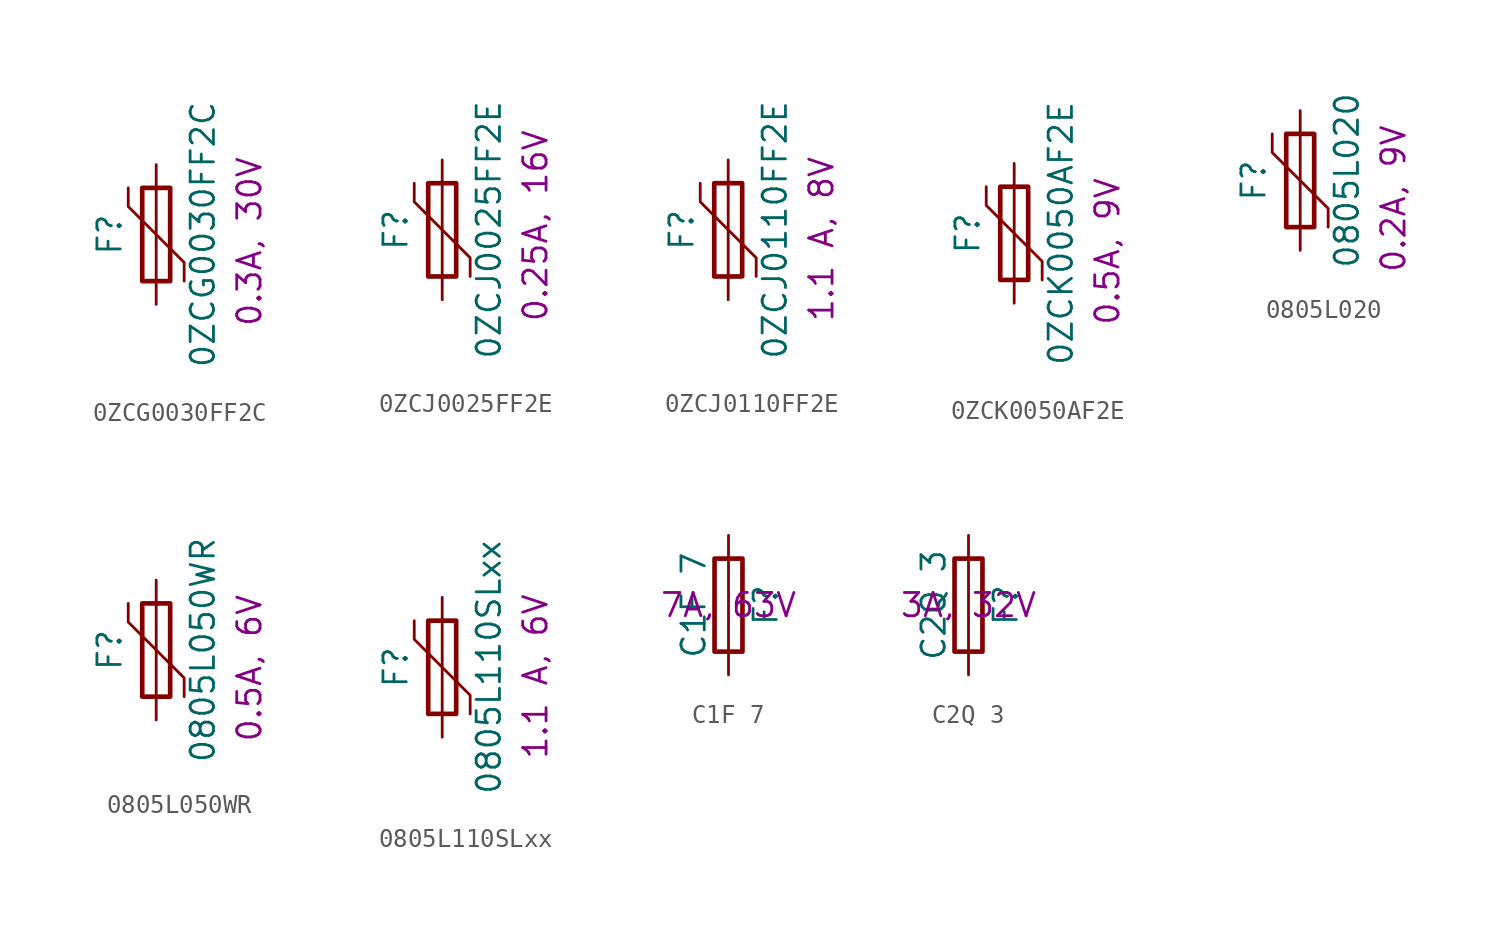
<source format=kicad_sym>
(kicad_symbol_lib
  (version 20241209)
  (generator "kicad_symbol_editor")
  (generator_version "9.0")
  (symbol "0ZCG0030FF2C"
    (pin_numbers
      (hide yes))
    (pin_names
      (offset 0))
    (property "Reference" "F"
      (at -2.54 0 90)
      (effects (font (size 1.27 1.27))))
    (property "Value" "0ZCG0030FF2C"
      (at 2.54 0 90)
      (effects (font (size 1.27 1.27))))
    (property "Info" "0.3A, 30V"
      (at 5.08 -5.08 90)
      (effects (font (size 1.27 1.27)) (justify left)))
    (symbol "0ZCG0030FF2C_1_1"
      (polyline (pts (xy -1.524 2.54) (xy -1.524 1.524) (xy 1.524 -1.524) (xy 1.524 -2.54)) (stroke (width 0) (type default)) (fill (type none)))
      (rectangle (start -0.762 2.54) (end 0.762 -2.54) (stroke (width 0.254) (type default)) (fill (type none)))
      (polyline (pts (xy 0 2.54) (xy 0 -2.54)) (stroke (width 0) (type default)) (fill (type none)))
      (pin passive line (at 0 3.81 270) (length 1.27) (name "~" (effects (font (size 1.27 1.27)))) (number "1" (effects (font (size 1.27 1.27)))))
      (pin passive line (at 0 -3.81 90) (length 1.27) (name "~" (effects (font (size 1.27 1.27)))) (number "2" (effects (font (size 1.27 1.27)))))))
  (symbol "0ZCJ0025FF2E"
    (pin_numbers
      (hide yes))
    (pin_names
      (offset 0))
    (property "Reference" "F"
      (at -2.54 0 90)
      (effects (font (size 1.27 1.27))))
    (property "Value" "0ZCJ0025FF2E"
      (at 2.54 0 90)
      (effects (font (size 1.27 1.27))))
    (property "Info" "0.25A, 16V"
      (at 5.08 -5.08 90)
      (effects (font (size 1.27 1.27)) (justify left)))
    (symbol "0ZCJ0025FF2E_1_1"
      (polyline (pts (xy -1.524 2.54) (xy -1.524 1.524) (xy 1.524 -1.524) (xy 1.524 -2.54)) (stroke (width 0) (type default)) (fill (type none)))
      (rectangle (start -0.762 2.54) (end 0.762 -2.54) (stroke (width 0.254) (type default)) (fill (type none)))
      (polyline (pts (xy 0 2.54) (xy 0 -2.54)) (stroke (width 0) (type default)) (fill (type none)))
      (pin passive line (at 0 3.81 270) (length 1.27) (name "~" (effects (font (size 1.27 1.27)))) (number "1" (effects (font (size 1.27 1.27)))))
      (pin passive line (at 0 -3.81 90) (length 1.27) (name "~" (effects (font (size 1.27 1.27)))) (number "2" (effects (font (size 1.27 1.27)))))))
  (symbol "0ZCJ0110FF2E"
    (pin_numbers
      (hide yes))
    (pin_names
      (offset 0))
    (property "Reference" "F"
      (at -2.54 0 90)
      (effects (font (size 1.27 1.27))))
    (property "Value" "0ZCJ0110FF2E"
      (at 2.54 0 90)
      (effects (font (size 1.27 1.27))))
    (property "Info" "1.1 A, 8V"
      (at 5.08 -5.08 90)
      (effects (font (size 1.27 1.27)) (justify left)))
    (symbol "0ZCJ0110FF2E_1_1"
      (polyline (pts (xy -1.524 2.54) (xy -1.524 1.524) (xy 1.524 -1.524) (xy 1.524 -2.54)) (stroke (width 0) (type default)) (fill (type none)))
      (rectangle (start -0.762 2.54) (end 0.762 -2.54) (stroke (width 0.254) (type default)) (fill (type none)))
      (polyline (pts (xy 0 2.54) (xy 0 -2.54)) (stroke (width 0) (type default)) (fill (type none)))
      (pin passive line (at 0 3.81 270) (length 1.27) (name "~" (effects (font (size 1.27 1.27)))) (number "1" (effects (font (size 1.27 1.27)))))
      (pin passive line (at 0 -3.81 90) (length 1.27) (name "~" (effects (font (size 1.27 1.27)))) (number "2" (effects (font (size 1.27 1.27)))))))
  (symbol "0ZCK0050AF2E"
    (pin_numbers
      (hide yes))
    (pin_names
      (offset 0))
    (property "Reference" "F"
      (at -2.54 0 90)
      (effects (font (size 1.27 1.27))))
    (property "Value" "0ZCK0050AF2E"
      (at 2.54 0 90)
      (effects (font (size 1.27 1.27))))
    (property "Info" "0.5A, 9V"
      (at 5.08 -5.08 90)
      (effects (font (size 1.27 1.27)) (justify left)))
    (symbol "0ZCK0050AF2E_1_1"
      (polyline (pts (xy -1.524 2.54) (xy -1.524 1.524) (xy 1.524 -1.524) (xy 1.524 -2.54)) (stroke (width 0) (type default)) (fill (type none)))
      (rectangle (start -0.762 2.54) (end 0.762 -2.54) (stroke (width 0.254) (type default)) (fill (type none)))
      (polyline (pts (xy 0 2.54) (xy 0 -2.54)) (stroke (width 0) (type default)) (fill (type none)))
      (pin passive line (at 0 3.81 270) (length 1.27) (name "~" (effects (font (size 1.27 1.27)))) (number "1" (effects (font (size 1.27 1.27)))))
      (pin passive line (at 0 -3.81 90) (length 1.27) (name "~" (effects (font (size 1.27 1.27)))) (number "2" (effects (font (size 1.27 1.27)))))))
  (symbol "0805L020"
    (pin_numbers
      (hide yes))
    (pin_names
      (offset 0))
    (property "Reference" "F"
      (at -2.54 0 90)
      (effects (font (size 1.27 1.27))))
    (property "Value" "0805L020"
      (at 2.54 0 90)
      (effects (font (size 1.27 1.27))))
    (property "Info" "0.2A, 9V"
      (at 5.08 -5.08 90)
      (effects (font (size 1.27 1.27)) (justify left)))
    (symbol "0805L020_1_1"
      (polyline (pts (xy -1.524 2.54) (xy -1.524 1.524) (xy 1.524 -1.524) (xy 1.524 -2.54)) (stroke (width 0) (type default)) (fill (type none)))
      (rectangle (start -0.762 2.54) (end 0.762 -2.54) (stroke (width 0.254) (type default)) (fill (type none)))
      (polyline (pts (xy 0 2.54) (xy 0 -2.54)) (stroke (width 0) (type default)) (fill (type none)))
      (pin passive line (at 0 3.81 270) (length 1.27) (name "~" (effects (font (size 1.27 1.27)))) (number "1" (effects (font (size 1.27 1.27)))))
      (pin passive line (at 0 -3.81 90) (length 1.27) (name "~" (effects (font (size 1.27 1.27)))) (number "2" (effects (font (size 1.27 1.27)))))))
  (symbol "0805L050WR"
    (pin_numbers
      (hide yes))
    (pin_names
      (offset 0))
    (property "Reference" "F"
      (at -2.54 0 90)
      (effects (font (size 1.27 1.27))))
    (property "Value" "0805L050WR"
      (at 2.54 0 90)
      (effects (font (size 1.27 1.27))))
    (property "Info" "0.5A, 6V"
      (at 5.08 -5.08 90)
      (effects (font (size 1.27 1.27)) (justify left)))
    (symbol "0805L050WR_1_1"
      (polyline (pts (xy -1.524 2.54) (xy -1.524 1.524) (xy 1.524 -1.524) (xy 1.524 -2.54)) (stroke (width 0) (type default)) (fill (type none)))
      (rectangle (start -0.762 2.54) (end 0.762 -2.54) (stroke (width 0.254) (type default)) (fill (type none)))
      (polyline (pts (xy 0 2.54) (xy 0 -2.54)) (stroke (width 0) (type default)) (fill (type none)))
      (pin passive line (at 0 3.81 270) (length 1.27) (name "~" (effects (font (size 1.27 1.27)))) (number "1" (effects (font (size 1.27 1.27)))))
      (pin passive line (at 0 -3.81 90) (length 1.27) (name "~" (effects (font (size 1.27 1.27)))) (number "2" (effects (font (size 1.27 1.27)))))))
  (symbol "0805L110SLxx"
    (pin_numbers
      (hide yes))
    (pin_names
      (offset 0))
    (property "Reference" "F"
      (at -2.54 0 90)
      (effects (font (size 1.27 1.27))))
    (property "Value" "0805L110SLxx"
      (at 2.54 0 90)
      (effects (font (size 1.27 1.27))))
    (property "Info" "1.1 A, 6V"
      (at 5.08 -5.08 90)
      (effects (font (size 1.27 1.27)) (justify left)))
    (symbol "0805L110SLxx_1_1"
      (polyline (pts (xy -1.524 2.54) (xy -1.524 1.524) (xy 1.524 -1.524) (xy 1.524 -2.54)) (stroke (width 0) (type default)) (fill (type none)))
      (rectangle (start -0.762 2.54) (end 0.762 -2.54) (stroke (width 0.254) (type default)) (fill (type none)))
      (polyline (pts (xy 0 2.54) (xy 0 -2.54)) (stroke (width 0) (type default)) (fill (type none)))
      (pin passive line (at 0 3.81 270) (length 1.27) (name "~" (effects (font (size 1.27 1.27)))) (number "1" (effects (font (size 1.27 1.27)))))
      (pin passive line (at 0 -3.81 90) (length 1.27) (name "~" (effects (font (size 1.27 1.27)))) (number "2" (effects (font (size 1.27 1.27)))))))
  (symbol "C1F 7"
    (pin_numbers
      (hide yes))
    (pin_names
      (offset 0))
    (property "Reference" "F"
      (at 2.032 0 90)
      (effects (font (size 1.27 1.27))))
    (property "Value" "C1F 7"
      (at -1.905 0 90)
      (effects (font (size 1.27 1.27))))
    (property "Info" "7A, 63V"
      (at 0 0 0)
      (effects (font (size 1.27 1.27))))
    (symbol "C1F 7_0_1"
      (rectangle (start -0.762 -2.54) (end 0.762 2.54) (stroke (width 0.254) (type default)) (fill (type none)))
      (polyline (pts (xy 0 2.54) (xy 0 -2.54)) (stroke (width 0) (type default)) (fill (type none))))
    (symbol "C1F 7_1_1"
      (pin passive line (at 0 3.81 270) (length 1.27) (name "~" (effects (font (size 1.27 1.27)))) (number "1" (effects (font (size 1.27 1.27)))))
      (pin passive line (at 0 -3.81 90) (length 1.27) (name "~" (effects (font (size 1.27 1.27)))) (number "2" (effects (font (size 1.27 1.27)))))))
  (symbol "C2Q 3"
    (pin_numbers
      (hide yes))
    (pin_names
      (offset 0))
    (property "Reference" "F"
      (at 2.032 0 90)
      (effects (font (size 1.27 1.27))))
    (property "Value" "C2Q 3"
      (at -1.905 0 90)
      (effects (font (size 1.27 1.27))))
    (property "Info" "3A, 32V"
      (at 0 0 0)
      (effects (font (size 1.27 1.27))))
    (symbol "C2Q 3_0_1"
      (rectangle (start -0.762 -2.54) (end 0.762 2.54) (stroke (width 0.254) (type default)) (fill (type none)))
      (polyline (pts (xy 0 2.54) (xy 0 -2.54)) (stroke (width 0) (type default)) (fill (type none))))
    (symbol "C2Q 3_1_1"
      (pin passive line (at 0 3.81 270) (length 1.27) (name "~" (effects (font (size 1.27 1.27)))) (number "1" (effects (font (size 1.27 1.27)))))
      (pin passive line (at 0 -3.81 90) (length 1.27) (name "~" (effects (font (size 1.27 1.27)))) (number "2" (effects (font (size 1.27 1.27))))))))
</source>
